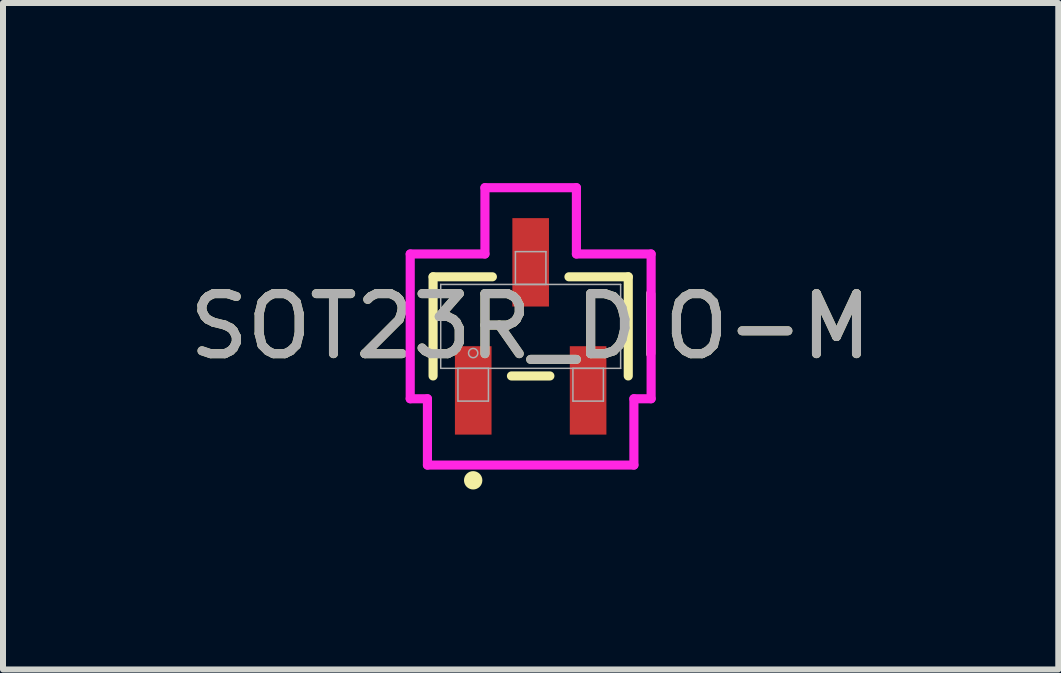
<source format=kicad_pcb>
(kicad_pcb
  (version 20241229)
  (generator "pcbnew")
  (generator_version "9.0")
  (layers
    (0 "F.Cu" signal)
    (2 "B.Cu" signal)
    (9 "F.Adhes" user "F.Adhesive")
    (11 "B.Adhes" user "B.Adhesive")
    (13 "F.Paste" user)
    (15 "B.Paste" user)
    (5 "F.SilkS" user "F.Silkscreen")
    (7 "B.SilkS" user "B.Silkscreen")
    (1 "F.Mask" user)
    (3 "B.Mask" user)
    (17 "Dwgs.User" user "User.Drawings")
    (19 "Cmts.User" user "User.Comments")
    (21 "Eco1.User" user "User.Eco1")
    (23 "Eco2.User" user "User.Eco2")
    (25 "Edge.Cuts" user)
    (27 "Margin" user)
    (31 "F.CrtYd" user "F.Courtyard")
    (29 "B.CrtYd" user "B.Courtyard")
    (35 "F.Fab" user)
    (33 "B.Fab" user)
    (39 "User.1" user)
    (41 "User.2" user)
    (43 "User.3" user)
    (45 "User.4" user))
  (footprint "SOT23R_DIO-M"
    (layer "F.Cu")
    (at 5.792 2.388)
    (property "Reference" "SOT23R_DIO-M" (at 0 0 0) (unlocked yes) (layer "F.SilkS") (effects (font (size 1 1) (thickness 0.15))))
    (attr smd)
    (fp_line (start -1.626 -0.826) (end -1.626 0.826) (stroke (width 0.152) (type solid)) (layer "F.SilkS"))
    (fp_line (start -0.638 -0.826) (end -1.626 -0.826) (stroke (width 0.152) (type solid)) (layer "F.SilkS"))
    (fp_line (start -0.32 0.826) (end 0.32 0.826) (stroke (width 0.152) (type solid)) (layer "F.SilkS"))
    (fp_line (start 1.626 -0.826) (end 0.638 -0.826) (stroke (width 0.152) (type solid)) (layer "F.SilkS"))
    (fp_line (start 1.626 0.826) (end 1.626 -0.826) (stroke (width 0.152) (type solid)) (layer "F.SilkS"))
    (fp_circle (center -0.958 2.565) (end -0.881 2.565) (stroke (width 0.152) (type solid)) (fill no) (layer "F.SilkS"))
    (fp_line (start -2.007 -1.206) (end -0.762 -1.206) (stroke (width 0.152) (type solid)) (layer "F.CrtYd"))
    (fp_line (start -2.007 1.206) (end -2.007 -1.206) (stroke (width 0.152) (type solid)) (layer "F.CrtYd"))
    (fp_line (start -2.007 1.206) (end -1.72 1.206) (stroke (width 0.152) (type solid)) (layer "F.CrtYd"))
    (fp_line (start -1.72 1.206) (end -1.72 2.311) (stroke (width 0.152) (type solid)) (layer "F.CrtYd"))
    (fp_line (start -1.72 2.311) (end 1.72 2.311) (stroke (width 0.152) (type solid)) (layer "F.CrtYd"))
    (fp_line (start -0.762 -2.311) (end 0.762 -2.311) (stroke (width 0.152) (type solid)) (layer "F.CrtYd"))
    (fp_line (start -0.762 -1.206) (end -0.762 -2.311) (stroke (width 0.152) (type solid)) (layer "F.CrtYd"))
    (fp_line (start 0.762 -1.206) (end 0.762 -2.311) (stroke (width 0.152) (type solid)) (layer "F.CrtYd"))
    (fp_line (start 1.72 1.206) (end 1.72 2.311) (stroke (width 0.152) (type solid)) (layer "F.CrtYd"))
    (fp_line (start 2.007 -1.206) (end 0.762 -1.206) (stroke (width 0.152) (type solid)) (layer "F.CrtYd"))
    (fp_line (start 2.007 -1.206) (end 2.007 1.206) (stroke (width 0.152) (type solid)) (layer "F.CrtYd"))
    (fp_line (start 2.007 1.206) (end 1.72 1.206) (stroke (width 0.152) (type solid)) (layer "F.CrtYd"))
    (fp_line (start -1.499 -0.699) (end -1.499 0.699) (stroke (width 0.025) (type solid)) (layer "F.Fab"))
    (fp_line (start -1.499 0.699) (end 1.499 0.699) (stroke (width 0.025) (type solid)) (layer "F.Fab"))
    (fp_line (start -1.212 0.699) (end -1.212 1.245) (stroke (width 0.025) (type solid)) (layer "F.Fab"))
    (fp_line (start -1.212 1.245) (end -0.704 1.245) (stroke (width 0.025) (type solid)) (layer "F.Fab"))
    (fp_line (start -0.704 0.699) (end -1.212 0.699) (stroke (width 0.025) (type solid)) (layer "F.Fab"))
    (fp_line (start -0.704 1.245) (end -0.704 0.699) (stroke (width 0.025) (type solid)) (layer "F.Fab"))
    (fp_line (start -0.254 -1.245) (end -0.254 -0.699) (stroke (width 0.025) (type solid)) (layer "F.Fab"))
    (fp_line (start -0.254 -0.699) (end 0.254 -0.699) (stroke (width 0.025) (type solid)) (layer "F.Fab"))
    (fp_line (start 0.254 -1.245) (end -0.254 -1.245) (stroke (width 0.025) (type solid)) (layer "F.Fab"))
    (fp_line (start 0.254 -0.699) (end 0.254 -1.245) (stroke (width 0.025) (type solid)) (layer "F.Fab"))
    (fp_line (start 0.704 0.699) (end 0.704 1.245) (stroke (width 0.025) (type solid)) (layer "F.Fab"))
    (fp_line (start 0.704 1.245) (end 1.212 1.245) (stroke (width 0.025) (type solid)) (layer "F.Fab"))
    (fp_line (start 1.212 0.699) (end 0.704 0.699) (stroke (width 0.025) (type solid)) (layer "F.Fab"))
    (fp_line (start 1.212 1.245) (end 1.212 0.699) (stroke (width 0.025) (type solid)) (layer "F.Fab"))
    (fp_line (start 1.499 -0.699) (end -1.499 -0.699) (stroke (width 0.025) (type solid)) (layer "F.Fab"))
    (fp_line (start 1.499 0.699) (end 1.499 -0.699) (stroke (width 0.025) (type solid)) (layer "F.Fab"))
    (fp_circle (center -0.958 0.445) (end -0.881 0.445) (stroke (width 0.025) (type solid)) (fill no) (layer "F.Fab"))
    (fp_text user "${REFERENCE}" (at 0 0 0) (unlocked yes) (layer "F.Fab") (effects (font (size 1 1) (thickness 0.15))))
    (pad "1" smd rect (at -0.957 1.067) (size 0.61 1.473) (layers "F.Cu" "F.Mask" "F.Paste"))
    (pad "2" smd rect (at 0.957 1.067) (size 0.61 1.473) (layers "F.Cu" "F.Mask" "F.Paste"))
    (pad "3" smd rect (at 0 -1.067) (size 0.61 1.473) (layers "F.Cu" "F.Mask" "F.Paste")))
  (gr_rect
    (start -3 -3)
    (end 14.583 8.105)
    (stroke (width 0.1) (type default))
    (fill no)
    (layer "Edge.Cuts")))
</source>
